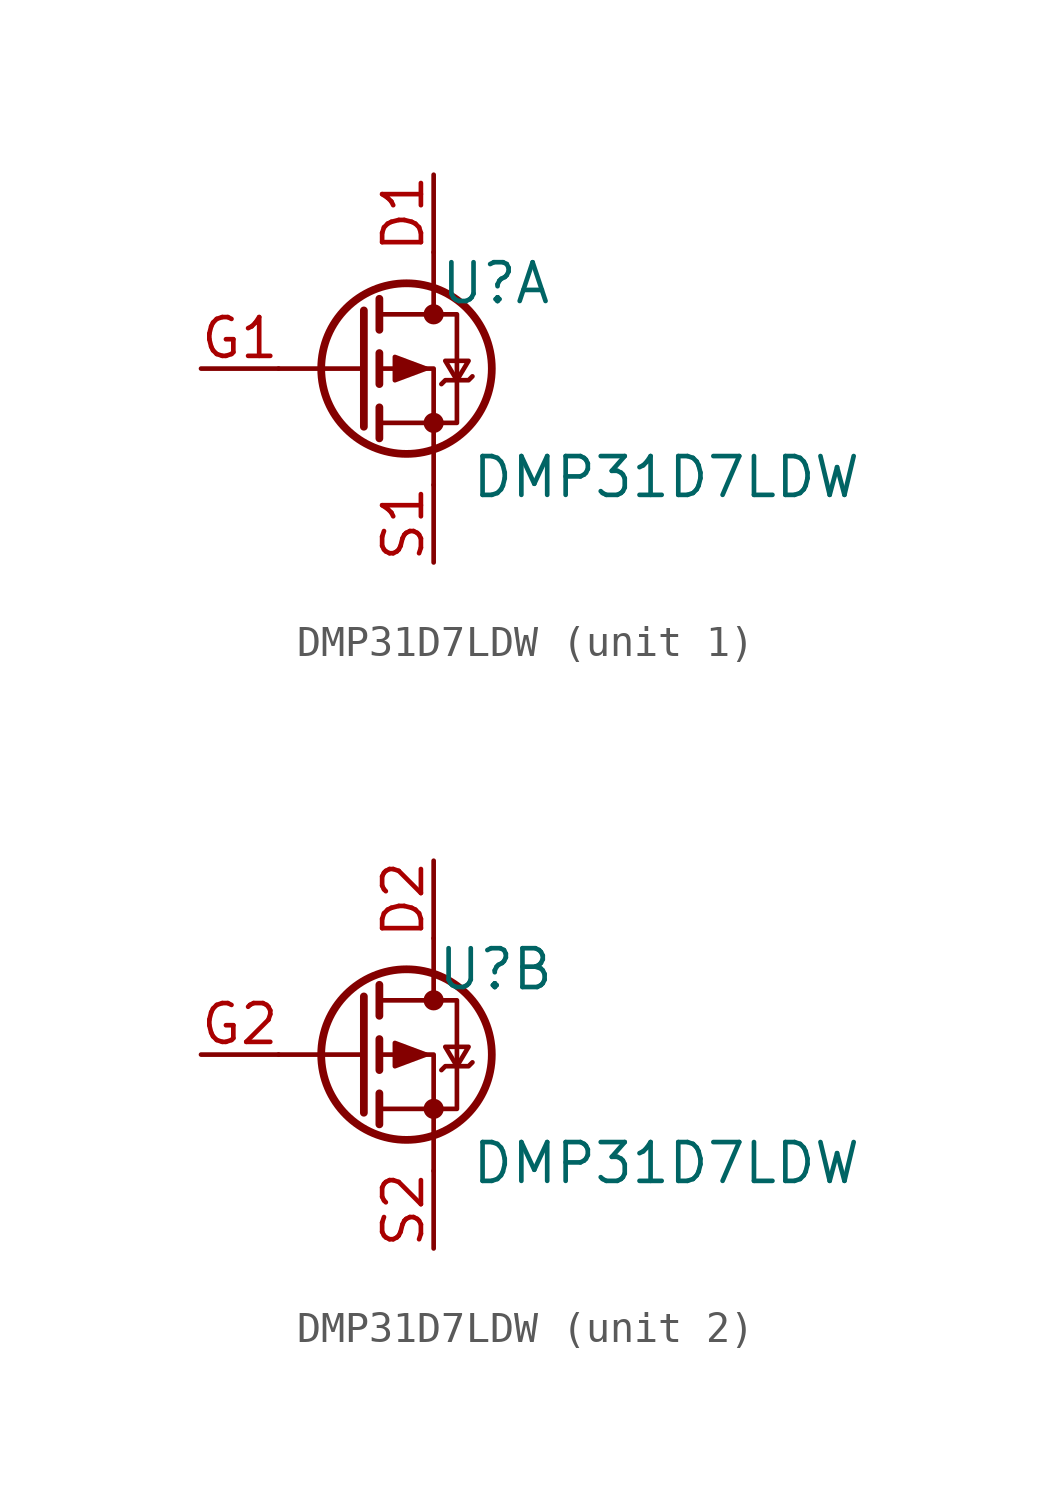
<source format=kicad_sym>
(kicad_symbol_lib
  (version 20241209)
  (generator "kicad_symbol_editor")
  (generator_version "9.0")
  (symbol "DMP31D7LDW"
    (property "Reference" "U"
      (at 9.652 2.794 0)
      (effects (font (size 1.27 1.27))))
    (property "Value" "DMP31D7LDW"
      (at 15.24 -3.556 0)
      (effects (font (size 1.27 1.27))))
    (property "ki_locked" ""
      (at 0 0 0)
      (effects (font (size 1.27 1.27))))
    (symbol "DMP31D7LDW_0_1"
      (polyline (pts (xy 5.334 1.905) (xy 5.334 -1.905)) (stroke (width 0.254) (type default)) (fill (type none)))
      (polyline (pts (xy 5.334 0) (xy 2.54 0)) (stroke (width 0) (type default)) (fill (type none)))
      (polyline (pts (xy 5.842 2.286) (xy 5.842 1.27)) (stroke (width 0.254) (type default)) (fill (type none)))
      (polyline (pts (xy 5.842 0.508) (xy 5.842 -0.508)) (stroke (width 0.254) (type default)) (fill (type none)))
      (polyline (pts (xy 5.842 -1.27) (xy 5.842 -2.286)) (stroke (width 0.254) (type default)) (fill (type none)))
      (polyline (pts (xy 5.842 -1.778) (xy 8.382 -1.778) (xy 8.382 1.778) (xy 5.842 1.778)) (stroke (width 0) (type default)) (fill (type none)))
      (circle (center 6.731 0) (radius 2.794) (stroke (width 0.254) (type default)) (fill (type none)))
      (polyline (pts (xy 7.62 3.81) (xy 7.62 1.778)) (stroke (width 0) (type default)) (fill (type none)))
      (circle (center 7.62 1.778) (radius 0.254) (stroke (width 0) (type default)) (fill (type outline)))
      (circle (center 7.62 -1.778) (radius 0.254) (stroke (width 0) (type default)) (fill (type outline)))
      (polyline (pts (xy 7.62 -3.81) (xy 7.62 0) (xy 5.842 0)) (stroke (width 0) (type default)) (fill (type none))))
    (symbol "DMP31D7LDW_1_1"
      (polyline (pts (xy 7.366 0) (xy 6.35 0.381) (xy 6.35 -0.381) (xy 7.366 0)) (stroke (width 0) (type default)) (fill (type outline)))
      (polyline (pts (xy 7.874 -0.508) (xy 8.001 -0.381) (xy 8.763 -0.381) (xy 8.89 -0.254)) (stroke (width 0) (type default)) (fill (type none)))
      (polyline (pts (xy 8.382 -0.381) (xy 8.001 0.254) (xy 8.763 0.254) (xy 8.382 -0.381)) (stroke (width 0) (type default)) (fill (type none)))
      (pin passive line (at 0 0 0) (length 2.54) (name "" (effects (font (size 1.27 1.27)))) (number "G1" (effects (font (size 1.27 1.27)))))
      (pin passive line (at 7.62 6.35 270) (length 2.54) (name "" (effects (font (size 1.27 1.27)))) (number "D1" (effects (font (size 1.27 1.27)))))
      (pin passive line (at 7.62 -6.35 90) (length 2.54) (name "" (effects (font (size 1.27 1.27)))) (number "S1" (effects (font (size 1.27 1.27))))))
    (symbol "DMP31D7LDW_2_1"
      (polyline (pts (xy 7.366 0) (xy 6.35 0.381) (xy 6.35 -0.381) (xy 7.366 0)) (stroke (width 0) (type default)) (fill (type outline)))
      (polyline (pts (xy 7.874 -0.508) (xy 8.001 -0.381) (xy 8.763 -0.381) (xy 8.89 -0.254)) (stroke (width 0) (type default)) (fill (type none)))
      (polyline (pts (xy 8.382 -0.381) (xy 8.001 0.254) (xy 8.763 0.254) (xy 8.382 -0.381)) (stroke (width 0) (type default)) (fill (type none)))
      (pin passive line (at 0 0 0) (length 2.54) (name "" (effects (font (size 1.27 1.27)))) (number "G2" (effects (font (size 1.27 1.27)))))
      (pin passive line (at 7.62 6.35 270) (length 2.54) (name "" (effects (font (size 1.27 1.27)))) (number "D2" (effects (font (size 1.27 1.27)))))
      (pin passive line (at 7.62 -6.35 90) (length 2.54) (name "" (effects (font (size 1.27 1.27)))) (number "S2" (effects (font (size 1.27 1.27))))))))
</source>
